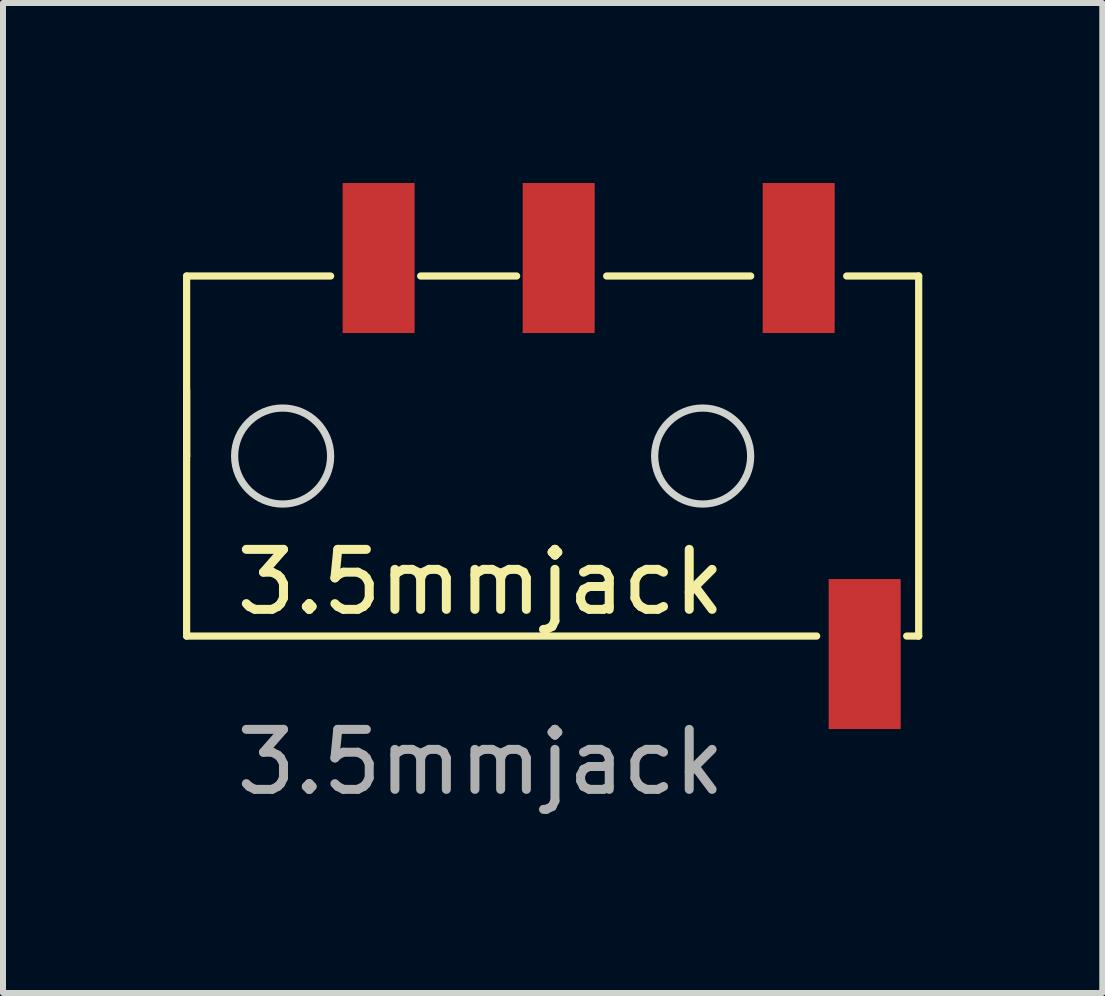
<source format=kicad_pcb>
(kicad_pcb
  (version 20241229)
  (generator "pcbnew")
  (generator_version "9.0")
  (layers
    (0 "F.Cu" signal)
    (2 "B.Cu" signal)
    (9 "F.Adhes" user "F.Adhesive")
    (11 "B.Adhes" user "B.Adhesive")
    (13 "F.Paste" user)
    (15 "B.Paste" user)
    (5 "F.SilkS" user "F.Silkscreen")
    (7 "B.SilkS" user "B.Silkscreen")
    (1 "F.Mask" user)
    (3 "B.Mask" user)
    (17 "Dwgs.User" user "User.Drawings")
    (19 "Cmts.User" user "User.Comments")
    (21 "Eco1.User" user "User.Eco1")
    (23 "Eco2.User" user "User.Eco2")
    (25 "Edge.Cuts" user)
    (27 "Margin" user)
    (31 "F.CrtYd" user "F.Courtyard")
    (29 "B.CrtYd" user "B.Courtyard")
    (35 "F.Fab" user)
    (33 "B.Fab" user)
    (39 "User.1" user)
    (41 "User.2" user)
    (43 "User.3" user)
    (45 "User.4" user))
  (footprint "3.5mmjack"
    (layer "F.Cu")
    (at 8.66 4.55)
    (property "Reference" "3.5mmjack" (at -3.7 2.1 0) (unlocked yes) (layer "F.SilkS") (effects (font (size 1 1) (thickness 0.15))))
    (attr smd)
    (fp_line (start -8.6 -3) (end -6.2 -3) (stroke (width 0.12) (type default)) (layer "F.SilkS"))
    (fp_line (start -8.6 0) (end -8.6 -3) (stroke (width 0.12) (type default)) (layer "F.SilkS"))
    (fp_line (start -8.6 0) (end -8.6 -1.1) (stroke (width 0.12) (type default)) (layer "F.SilkS"))
    (fp_line (start -8.6 3) (end -8.6 0) (stroke (width 0.12) (type default)) (layer "F.SilkS"))
    (fp_line (start -8.6 3) (end 1.9 3) (stroke (width 0.12) (type default)) (layer "F.SilkS"))
    (fp_line (start -4.7 -3) (end -3.1 -3) (stroke (width 0.12) (type default)) (layer "F.SilkS"))
    (fp_line (start -1.6 -3) (end 0.8 -3) (stroke (width 0.12) (type default)) (layer "F.SilkS"))
    (fp_line (start 3.6 -3) (end 2.4 -3) (stroke (width 0.12) (type default)) (layer "F.SilkS"))
    (fp_line (start 3.6 -3) (end 3.6 3) (stroke (width 0.12) (type default)) (layer "F.SilkS"))
    (fp_line (start 3.6 3) (end 3.4 3) (stroke (width 0.12) (type default)) (layer "F.SilkS"))
    (fp_circle (center -7 0) (end -7 -0.8) (stroke (width 0.12) (type default)) (fill no) (layer "Edge.Cuts"))
    (fp_circle (center 0 0) (end 0 -0.8) (stroke (width 0.12) (type default)) (fill no) (layer "Edge.Cuts"))
    (fp_text user "${REFERENCE}" (at -3.7 5.1 0) (unlocked yes) (layer "F.Fab") (effects (font (size 1 1) (thickness 0.15))))
    (pad "G" smd rect (at -5.4 -3.3) (size 1.2 2.5) (layers "F.Cu" "F.Mask" "F.Paste"))
    (pad "R" smd rect (at -2.4 -3.3) (size 1.2 2.5) (layers "F.Cu" "F.Mask" "F.Paste"))
    (pad "S" smd rect (at 2.7 3.3) (size 1.2 2.5) (layers "F.Cu" "F.Mask" "F.Paste"))
    (pad "T" smd rect (at 1.6 -3.3) (size 1.2 2.5) (layers "F.Cu" "F.Mask" "F.Paste")))
  (gr_rect
    (start -3 -3)
    (end 15.32 13.498)
    (stroke (width 0.1) (type default))
    (fill no)
    (layer "Edge.Cuts")))
</source>
